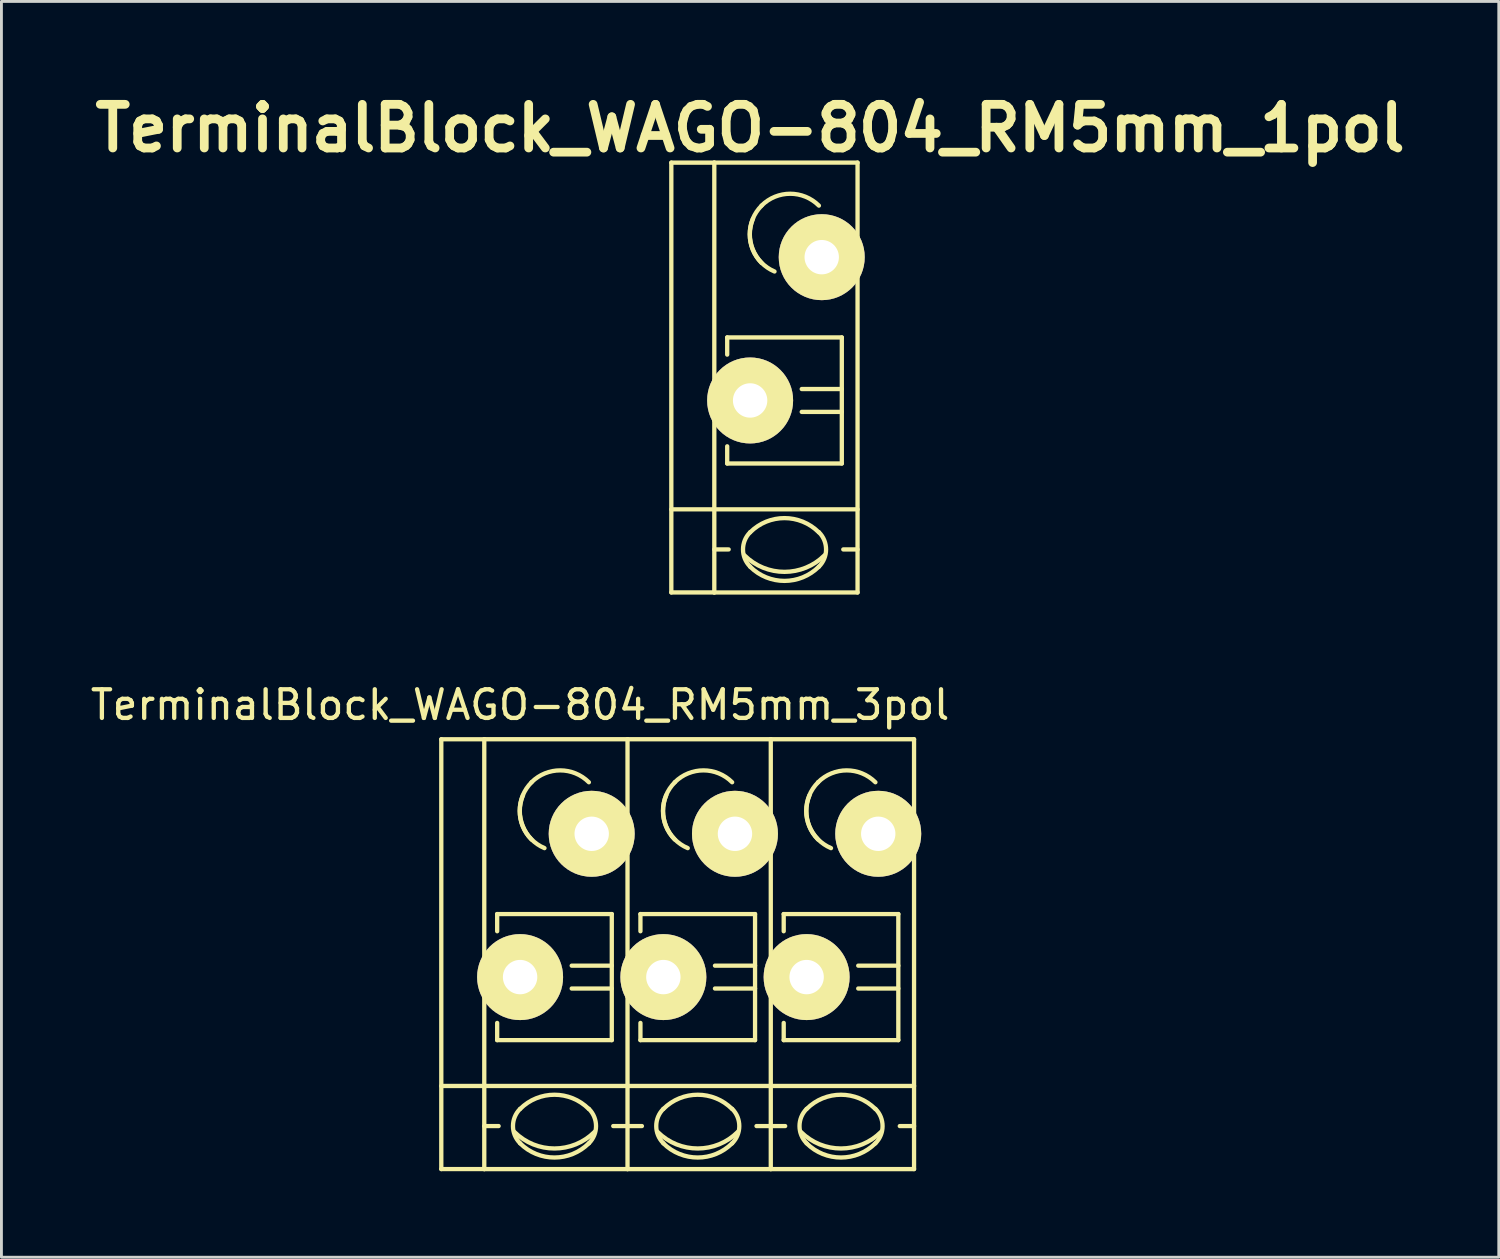
<source format=kicad_pcb>
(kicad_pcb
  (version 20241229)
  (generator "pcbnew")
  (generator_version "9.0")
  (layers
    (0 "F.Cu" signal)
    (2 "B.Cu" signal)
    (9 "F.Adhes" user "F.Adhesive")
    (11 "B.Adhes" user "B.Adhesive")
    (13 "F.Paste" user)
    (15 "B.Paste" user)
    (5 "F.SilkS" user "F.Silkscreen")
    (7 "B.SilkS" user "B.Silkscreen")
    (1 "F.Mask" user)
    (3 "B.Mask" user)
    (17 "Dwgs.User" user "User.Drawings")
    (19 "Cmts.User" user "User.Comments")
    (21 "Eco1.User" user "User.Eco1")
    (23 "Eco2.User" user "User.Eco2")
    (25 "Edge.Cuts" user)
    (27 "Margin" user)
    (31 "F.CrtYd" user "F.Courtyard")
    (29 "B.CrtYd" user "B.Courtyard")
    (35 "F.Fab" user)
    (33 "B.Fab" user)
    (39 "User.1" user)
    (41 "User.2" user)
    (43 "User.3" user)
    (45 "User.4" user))
  (footprint "TerminalBlock_WAGO-804_RM5mm_3pol"
    (layer "F.Cu")
    (at 15.101 31.05)
    (property "Reference" "TerminalBlock_WAGO-804_RM5mm_3pol" (at 0 -9.5 0) (layer "F.SilkS") (effects (font (size 1 1) (thickness 0.15))))
    (attr through_hole)
    (fp_line (start -2.75 -8.3) (end -1.25 -8.3) (stroke (width 0.15) (type solid)) (layer "F.SilkS"))
    (fp_line (start -2.75 6.7) (end -2.75 -8.3) (stroke (width 0.15) (type solid)) (layer "F.SilkS"))
    (fp_line (start -1.25 6.7) (end -2.75 6.7) (stroke (width 0.15) (type solid)) (layer "F.SilkS"))
    (fp_line (start -1.25 5.199) (end -0.749 5.199) (stroke (width 0.15) (type solid)) (layer "F.SilkS"))
    (fp_line (start -1.25 6.701) (end -1.25 -8.301) (stroke (width 0.15) (type solid)) (layer "F.SilkS"))
    (fp_line (start -0.8 -2.2) (end -0.8 -1.6) (stroke (width 0.15) (type solid)) (layer "F.SilkS"))
    (fp_line (start -0.8 -2.2) (end 3.2 -2.2) (stroke (width 0.15) (type solid)) (layer "F.SilkS"))
    (fp_line (start -0.8 2.2) (end -0.8 1.6) (stroke (width 0.15) (type solid)) (layer "F.SilkS"))
    (fp_line (start 3.2 -2.2) (end 3.2 2.2) (stroke (width 0.15) (type solid)) (layer "F.SilkS"))
    (fp_line (start 3.2 -0.399) (end 1.801 -0.399) (stroke (width 0.15) (type solid)) (layer "F.SilkS"))
    (fp_line (start 3.2 0.399) (end 1.801 0.399) (stroke (width 0.15) (type solid)) (layer "F.SilkS"))
    (fp_line (start 3.2 2.2) (end -0.8 2.2) (stroke (width 0.15) (type solid)) (layer "F.SilkS"))
    (fp_line (start 3.749 -8.301) (end -1.25 -8.301) (stroke (width 0.15) (type solid)) (layer "F.SilkS"))
    (fp_line (start 3.749 -8.301) (end 3.749 6.701) (stroke (width 0.15) (type solid)) (layer "F.SilkS"))
    (fp_line (start 3.749 5.199) (end 3.251 5.199) (stroke (width 0.15) (type solid)) (layer "F.SilkS"))
    (fp_line (start 3.749 6.701) (end -1.25 6.701) (stroke (width 0.15) (type solid)) (layer "F.SilkS"))
    (fp_line (start 3.75 3.8) (end -2.75 3.8) (stroke (width 0.15) (type solid)) (layer "F.SilkS"))
    (fp_line (start 3.75 3.8) (end 8.75 3.8) (stroke (width 0.15) (type solid)) (layer "F.SilkS"))
    (fp_line (start 3.75 5.199) (end 4.251 5.199) (stroke (width 0.15) (type solid)) (layer "F.SilkS"))
    (fp_line (start 4.2 -2.2) (end 4.2 -1.6) (stroke (width 0.15) (type solid)) (layer "F.SilkS"))
    (fp_line (start 4.2 -2.2) (end 8.2 -2.2) (stroke (width 0.15) (type solid)) (layer "F.SilkS"))
    (fp_line (start 4.2 2.2) (end 4.2 1.6) (stroke (width 0.15) (type solid)) (layer "F.SilkS"))
    (fp_line (start 8.2 -2.2) (end 8.2 2.2) (stroke (width 0.15) (type solid)) (layer "F.SilkS"))
    (fp_line (start 8.2 -0.399) (end 6.801 -0.399) (stroke (width 0.15) (type solid)) (layer "F.SilkS"))
    (fp_line (start 8.2 0.399) (end 6.801 0.399) (stroke (width 0.15) (type solid)) (layer "F.SilkS"))
    (fp_line (start 8.2 2.2) (end 4.2 2.2) (stroke (width 0.15) (type solid)) (layer "F.SilkS"))
    (fp_line (start 8.749 -8.301) (end 3.75 -8.301) (stroke (width 0.15) (type solid)) (layer "F.SilkS"))
    (fp_line (start 8.749 -8.301) (end 8.749 6.701) (stroke (width 0.15) (type solid)) (layer "F.SilkS"))
    (fp_line (start 8.749 5.199) (end 8.251 5.199) (stroke (width 0.15) (type solid)) (layer "F.SilkS"))
    (fp_line (start 8.749 6.701) (end 3.75 6.701) (stroke (width 0.15) (type solid)) (layer "F.SilkS"))
    (fp_line (start 8.75 3.8) (end 13.75 3.8) (stroke (width 0.15) (type solid)) (layer "F.SilkS"))
    (fp_line (start 8.75 5.199) (end 9.251 5.199) (stroke (width 0.15) (type solid)) (layer "F.SilkS"))
    (fp_line (start 9.2 -2.2) (end 9.2 -1.6) (stroke (width 0.15) (type solid)) (layer "F.SilkS"))
    (fp_line (start 9.2 -2.2) (end 13.2 -2.2) (stroke (width 0.15) (type solid)) (layer "F.SilkS"))
    (fp_line (start 9.2 2.2) (end 9.2 1.6) (stroke (width 0.15) (type solid)) (layer "F.SilkS"))
    (fp_line (start 13.2 -2.2) (end 13.2 2.2) (stroke (width 0.15) (type solid)) (layer "F.SilkS"))
    (fp_line (start 13.2 -0.399) (end 11.801 -0.399) (stroke (width 0.15) (type solid)) (layer "F.SilkS"))
    (fp_line (start 13.2 0.399) (end 11.801 0.399) (stroke (width 0.15) (type solid)) (layer "F.SilkS"))
    (fp_line (start 13.2 2.2) (end 9.2 2.2) (stroke (width 0.15) (type solid)) (layer "F.SilkS"))
    (fp_line (start 13.749 -8.301) (end 8.75 -8.301) (stroke (width 0.15) (type solid)) (layer "F.SilkS"))
    (fp_line (start 13.749 -8.301) (end 13.749 6.701) (stroke (width 0.15) (type solid)) (layer "F.SilkS"))
    (fp_line (start 13.749 5.199) (end 13.251 5.199) (stroke (width 0.15) (type solid)) (layer "F.SilkS"))
    (fp_line (start 13.749 6.701) (end 8.75 6.701) (stroke (width 0.15) (type solid)) (layer "F.SilkS"))
    (fp_arc (start 0 4.60248) (mid 1.19888 4.105888) (end 2.39776 4.60248) (stroke (width 0.15) (type solid)) (layer "F.SilkS"))
    (fp_arc (start 0 5.79882) (mid -0.248296 5.19938) (end 0 4.59994) (stroke (width 0.15) (type solid)) (layer "F.SilkS"))
    (fp_arc (start 0.39878 -6.79958) (mid 1.39954 -7.214108) (end 2.4003 -6.79958) (stroke (width 0.15) (type solid)) (layer "F.SilkS"))
    (fp_arc (start 0.39878 -4.8006) (mid -0.013952 -5.800616) (end 0.40132 -6.79958) (stroke (width 0.15) (type solid)) (layer "F.SilkS"))
    (fp_arc (start 0.8509 -4.50088) (mid 0.093811 -5.268985) (end 0.1016 -6.34746) (stroke (width 0.15) (type solid)) (layer "F.SilkS"))
    (fp_arc (start 2.4003 5.79882) (mid 1.200676 6.297208) (end 0 5.80136) (stroke (width 0.15) (type solid)) (layer "F.SilkS"))
    (fp_arc (start 2.40284 4.59994) (mid 2.650392 5.201176) (end 2.4003 5.80136) (stroke (width 0.15) (type solid)) (layer "F.SilkS"))
    (fp_arc (start 2.60096 5.40004) (mid 1.200676 5.981545) (end -0.20066 5.40258) (stroke (width 0.15) (type solid)) (layer "F.SilkS"))
    (fp_arc (start 5 4.60248) (mid 6.19888 4.105888) (end 7.39776 4.60248) (stroke (width 0.15) (type solid)) (layer "F.SilkS"))
    (fp_arc (start 5 5.79882) (mid 4.751704 5.19938) (end 5 4.59994) (stroke (width 0.15) (type solid)) (layer "F.SilkS"))
    (fp_arc (start 5.39878 -6.79958) (mid 6.39954 -7.214108) (end 7.4003 -6.79958) (stroke (width 0.15) (type solid)) (layer "F.SilkS"))
    (fp_arc (start 5.39878 -4.8006) (mid 4.986048 -5.800616) (end 5.40132 -6.79958) (stroke (width 0.15) (type solid)) (layer "F.SilkS"))
    (fp_arc (start 5.8509 -4.50088) (mid 5.093811 -5.268985) (end 5.1016 -6.34746) (stroke (width 0.15) (type solid)) (layer "F.SilkS"))
    (fp_arc (start 7.4003 5.79882) (mid 6.200676 6.297208) (end 5 5.80136) (stroke (width 0.15) (type solid)) (layer "F.SilkS"))
    (fp_arc (start 7.40284 4.59994) (mid 7.650392 5.201176) (end 7.4003 5.80136) (stroke (width 0.15) (type solid)) (layer "F.SilkS"))
    (fp_arc (start 7.60096 5.40004) (mid 6.200676 5.981545) (end 4.79934 5.40258) (stroke (width 0.15) (type solid)) (layer "F.SilkS"))
    (fp_arc (start 10 4.60248) (mid 11.19888 4.105888) (end 12.39776 4.60248) (stroke (width 0.15) (type solid)) (layer "F.SilkS"))
    (fp_arc (start 10 5.79882) (mid 9.751704 5.19938) (end 10 4.59994) (stroke (width 0.15) (type solid)) (layer "F.SilkS"))
    (fp_arc (start 10.39878 -6.79958) (mid 11.39954 -7.214108) (end 12.4003 -6.79958) (stroke (width 0.15) (type solid)) (layer "F.SilkS"))
    (fp_arc (start 10.39878 -4.8006) (mid 9.986048 -5.800616) (end 10.40132 -6.79958) (stroke (width 0.15) (type solid)) (layer "F.SilkS"))
    (fp_arc (start 10.8509 -4.50088) (mid 10.093811 -5.268985) (end 10.1016 -6.34746) (stroke (width 0.15) (type solid)) (layer "F.SilkS"))
    (fp_arc (start 12.4003 5.79882) (mid 11.200676 6.297208) (end 10 5.80136) (stroke (width 0.15) (type solid)) (layer "F.SilkS"))
    (fp_arc (start 12.40284 4.59994) (mid 12.650392 5.201176) (end 12.4003 5.80136) (stroke (width 0.15) (type solid)) (layer "F.SilkS"))
    (fp_arc (start 12.60096 5.40004) (mid 11.200676 5.981545) (end 9.79934 5.40258) (stroke (width 0.15) (type solid)) (layer "F.SilkS"))
    (pad "1" thru_hole circle (at 0 0) (size 3 3) (drill 1.2) (layers "*.Cu" "*.Mask" "F.SilkS"))
    (pad "1" thru_hole circle (at 2.499 -5.001) (size 3 3) (drill 1.2) (layers "*.Cu" "*.Mask" "F.SilkS"))
    (pad "2" thru_hole circle (at 5 0) (size 3 3) (drill 1.2) (layers "*.Cu" "*.Mask" "F.SilkS"))
    (pad "2" thru_hole circle (at 7.499 -5.001) (size 3 3) (drill 1.2) (layers "*.Cu" "*.Mask" "F.SilkS"))
    (pad "3" thru_hole circle (at 10 0) (size 3 3) (drill 1.2) (layers "*.Cu" "*.Mask" "F.SilkS"))
    (pad "3" thru_hole circle (at 12.499 -5.001) (size 3 3) (drill 1.2) (layers "*.Cu" "*.Mask" "F.SilkS")))
  (footprint "TerminalBlock_WAGO-804_RM5mm_1pol"
    (layer "F.Cu")
    (at 23.129 10.926)
    (property "Reference" "TerminalBlock_WAGO-804_RM5mm_1pol" (at 0 -9.5 0) (layer "F.SilkS") (effects (font (size 1.524 1.524) (thickness 0.305))))
    (attr through_hole)
    (fp_line (start -2.75 -8.3) (end -1.25 -8.3) (stroke (width 0.15) (type solid)) (layer "F.SilkS"))
    (fp_line (start -2.75 6.7) (end -2.75 -8.3) (stroke (width 0.15) (type solid)) (layer "F.SilkS"))
    (fp_line (start -1.25 6.7) (end -2.75 6.7) (stroke (width 0.15) (type solid)) (layer "F.SilkS"))
    (fp_line (start -1.25 5.199) (end -0.749 5.199) (stroke (width 0.15) (type solid)) (layer "F.SilkS"))
    (fp_line (start -1.25 6.701) (end -1.25 -8.301) (stroke (width 0.15) (type solid)) (layer "F.SilkS"))
    (fp_line (start -0.8 -2.2) (end -0.8 -1.6) (stroke (width 0.15) (type solid)) (layer "F.SilkS"))
    (fp_line (start -0.8 -2.2) (end 3.2 -2.2) (stroke (width 0.15) (type solid)) (layer "F.SilkS"))
    (fp_line (start -0.8 2.2) (end -0.8 1.6) (stroke (width 0.15) (type solid)) (layer "F.SilkS"))
    (fp_line (start 3.2 -2.2) (end 3.2 2.2) (stroke (width 0.15) (type solid)) (layer "F.SilkS"))
    (fp_line (start 3.2 -0.399) (end 1.801 -0.399) (stroke (width 0.15) (type solid)) (layer "F.SilkS"))
    (fp_line (start 3.2 0.399) (end 1.801 0.399) (stroke (width 0.15) (type solid)) (layer "F.SilkS"))
    (fp_line (start 3.2 2.2) (end -0.8 2.2) (stroke (width 0.15) (type solid)) (layer "F.SilkS"))
    (fp_line (start 3.749 -8.301) (end -1.25 -8.301) (stroke (width 0.15) (type solid)) (layer "F.SilkS"))
    (fp_line (start 3.749 -8.301) (end 3.749 6.701) (stroke (width 0.15) (type solid)) (layer "F.SilkS"))
    (fp_line (start 3.749 5.199) (end 3.251 5.199) (stroke (width 0.15) (type solid)) (layer "F.SilkS"))
    (fp_line (start 3.749 6.701) (end -1.25 6.701) (stroke (width 0.15) (type solid)) (layer "F.SilkS"))
    (fp_line (start 3.75 3.8) (end -2.75 3.8) (stroke (width 0.15) (type solid)) (layer "F.SilkS"))
    (fp_arc (start 0 4.60248) (mid 1.19888 4.105888) (end 2.39776 4.60248) (stroke (width 0.15) (type solid)) (layer "F.SilkS"))
    (fp_arc (start 0 5.79882) (mid -0.248296 5.19938) (end 0 4.59994) (stroke (width 0.15) (type solid)) (layer "F.SilkS"))
    (fp_arc (start 0.39878 -6.79958) (mid 1.39954 -7.214108) (end 2.4003 -6.79958) (stroke (width 0.15) (type solid)) (layer "F.SilkS"))
    (fp_arc (start 0.39878 -4.8006) (mid -0.013952 -5.800616) (end 0.40132 -6.79958) (stroke (width 0.15) (type solid)) (layer "F.SilkS"))
    (fp_arc (start 0.8509 -4.50088) (mid 0.093811 -5.268985) (end 0.1016 -6.34746) (stroke (width 0.15) (type solid)) (layer "F.SilkS"))
    (fp_arc (start 2.4003 5.79882) (mid 1.200676 6.297208) (end 0 5.80136) (stroke (width 0.15) (type solid)) (layer "F.SilkS"))
    (fp_arc (start 2.40284 4.59994) (mid 2.650392 5.201176) (end 2.4003 5.80136) (stroke (width 0.15) (type solid)) (layer "F.SilkS"))
    (fp_arc (start 2.60096 5.40004) (mid 1.200676 5.981545) (end -0.20066 5.40258) (stroke (width 0.15) (type solid)) (layer "F.SilkS"))
    (pad "1" thru_hole circle (at 0 0) (size 3 3) (drill 1.2) (layers "*.Cu" "*.Mask" "F.SilkS"))
    (pad "1" thru_hole circle (at 2.499 -5.001) (size 3 3) (drill 1.2) (layers "*.Cu" "*.Mask" "F.SilkS")))
  (gr_rect
    (start -3 -3)
    (end 49.257 40.826)
    (stroke (width 0.1) (type default))
    (fill no)
    (layer "Edge.Cuts")))
</source>
